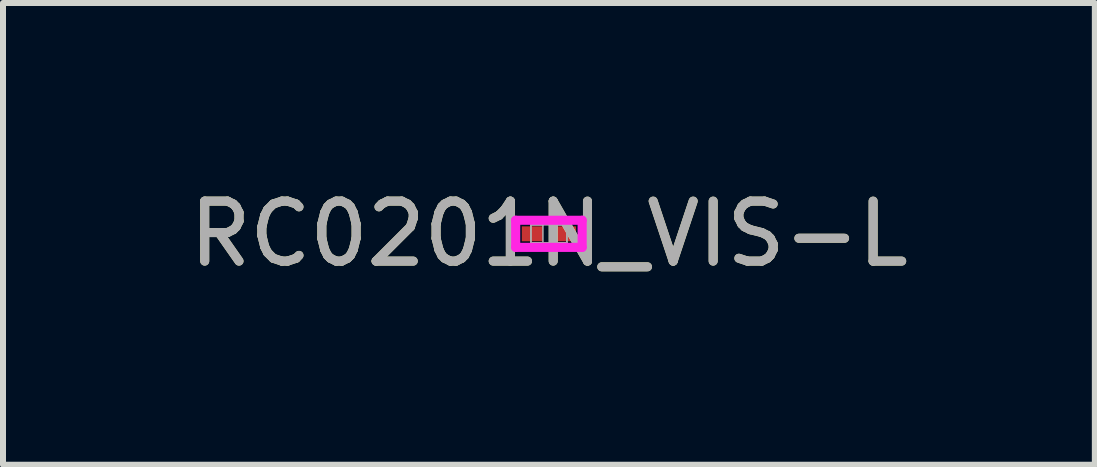
<source format=kicad_pcb>
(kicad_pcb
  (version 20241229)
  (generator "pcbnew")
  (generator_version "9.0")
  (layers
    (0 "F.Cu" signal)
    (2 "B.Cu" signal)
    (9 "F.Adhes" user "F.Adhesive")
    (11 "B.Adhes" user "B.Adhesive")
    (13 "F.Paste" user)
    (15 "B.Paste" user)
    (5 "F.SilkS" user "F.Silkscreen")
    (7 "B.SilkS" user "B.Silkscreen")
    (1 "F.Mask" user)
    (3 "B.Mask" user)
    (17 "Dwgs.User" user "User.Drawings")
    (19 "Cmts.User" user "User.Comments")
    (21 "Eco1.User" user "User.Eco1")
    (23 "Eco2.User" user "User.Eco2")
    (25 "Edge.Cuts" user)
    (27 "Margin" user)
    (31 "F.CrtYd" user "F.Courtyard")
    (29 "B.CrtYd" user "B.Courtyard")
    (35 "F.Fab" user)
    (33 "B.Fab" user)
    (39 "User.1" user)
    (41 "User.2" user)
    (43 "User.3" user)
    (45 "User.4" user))
  (footprint "RC0201N_VIS-L"
    (layer "F.Cu")
    (at 6.101 0.848)
    (property "Reference" "RC0201N_VIS-L" (at 0 0 0) (unlocked yes) (layer "F.SilkS") (effects (font (size 1 1) (thickness 0.15))))
    (attr smd)
    (fp_line (start -0.554 -0.226) (end 0.554 -0.226) (stroke (width 0.152) (type solid)) (layer "F.CrtYd"))
    (fp_line (start -0.554 0.226) (end -0.554 -0.226) (stroke (width 0.152) (type solid)) (layer "F.CrtYd"))
    (fp_line (start 0.554 -0.226) (end 0.554 0.226) (stroke (width 0.152) (type solid)) (layer "F.CrtYd"))
    (fp_line (start 0.554 0.226) (end -0.554 0.226) (stroke (width 0.152) (type solid)) (layer "F.CrtYd"))
    (fp_line (start -0.3 -0.15) (end -0.3 0.15) (stroke (width 0.025) (type solid)) (layer "F.Fab"))
    (fp_line (start -0.3 -0.15) (end -0.3 0.15) (stroke (width 0.025) (type solid)) (layer "F.Fab"))
    (fp_line (start -0.3 0.15) (end -0.1 0.15) (stroke (width 0.025) (type solid)) (layer "F.Fab"))
    (fp_line (start -0.3 0.15) (end 0.3 0.15) (stroke (width 0.025) (type solid)) (layer "F.Fab"))
    (fp_line (start -0.1 -0.15) (end -0.3 -0.15) (stroke (width 0.025) (type solid)) (layer "F.Fab"))
    (fp_line (start -0.1 0.15) (end -0.1 -0.15) (stroke (width 0.025) (type solid)) (layer "F.Fab"))
    (fp_line (start 0.1 -0.15) (end 0.1 0.15) (stroke (width 0.025) (type solid)) (layer "F.Fab"))
    (fp_line (start 0.1 0.15) (end 0.3 0.15) (stroke (width 0.025) (type solid)) (layer "F.Fab"))
    (fp_line (start 0.3 -0.15) (end -0.3 -0.15) (stroke (width 0.025) (type solid)) (layer "F.Fab"))
    (fp_line (start 0.3 -0.15) (end 0.1 -0.15) (stroke (width 0.025) (type solid)) (layer "F.Fab"))
    (fp_line (start 0.3 0.15) (end 0.3 -0.15) (stroke (width 0.025) (type solid)) (layer "F.Fab"))
    (fp_line (start 0.3 0.15) (end 0.3 -0.15) (stroke (width 0.025) (type solid)) (layer "F.Fab"))
    (fp_text user "${REFERENCE}" (at 0 0 0) (unlocked yes) (layer "F.Fab") (effects (font (size 1 1) (thickness 0.15))))
    (pad "1" smd rect (at -0.276 0) (size 0.352 0.249) (layers "F.Cu" "F.Mask" "F.Paste"))
    (pad "2" smd rect (at 0.276 0) (size 0.352 0.249) (layers "F.Cu" "F.Mask" "F.Paste"))
    (zone (net_name "") (layer "F.Cu") (hatch full 0.508) (connect_pads) (min_thickness 0.254) (filled_areas_thickness no) (keepout (tracks not_allowed) (vias not_allowed) (pads allowed) (copperpour not_allowed) (footprints allowed)) (placement (enabled no)) (fill) (polygon (pts (xy 6.052 0.749) (xy 6.15 0.749) (xy 6.15 0.947) (xy 6.052 0.947)))))
  (gr_rect
    (start -3 -3)
    (end 15.202 4.697)
    (stroke (width 0.1) (type default))
    (fill no)
    (layer "Edge.Cuts")))
</source>
